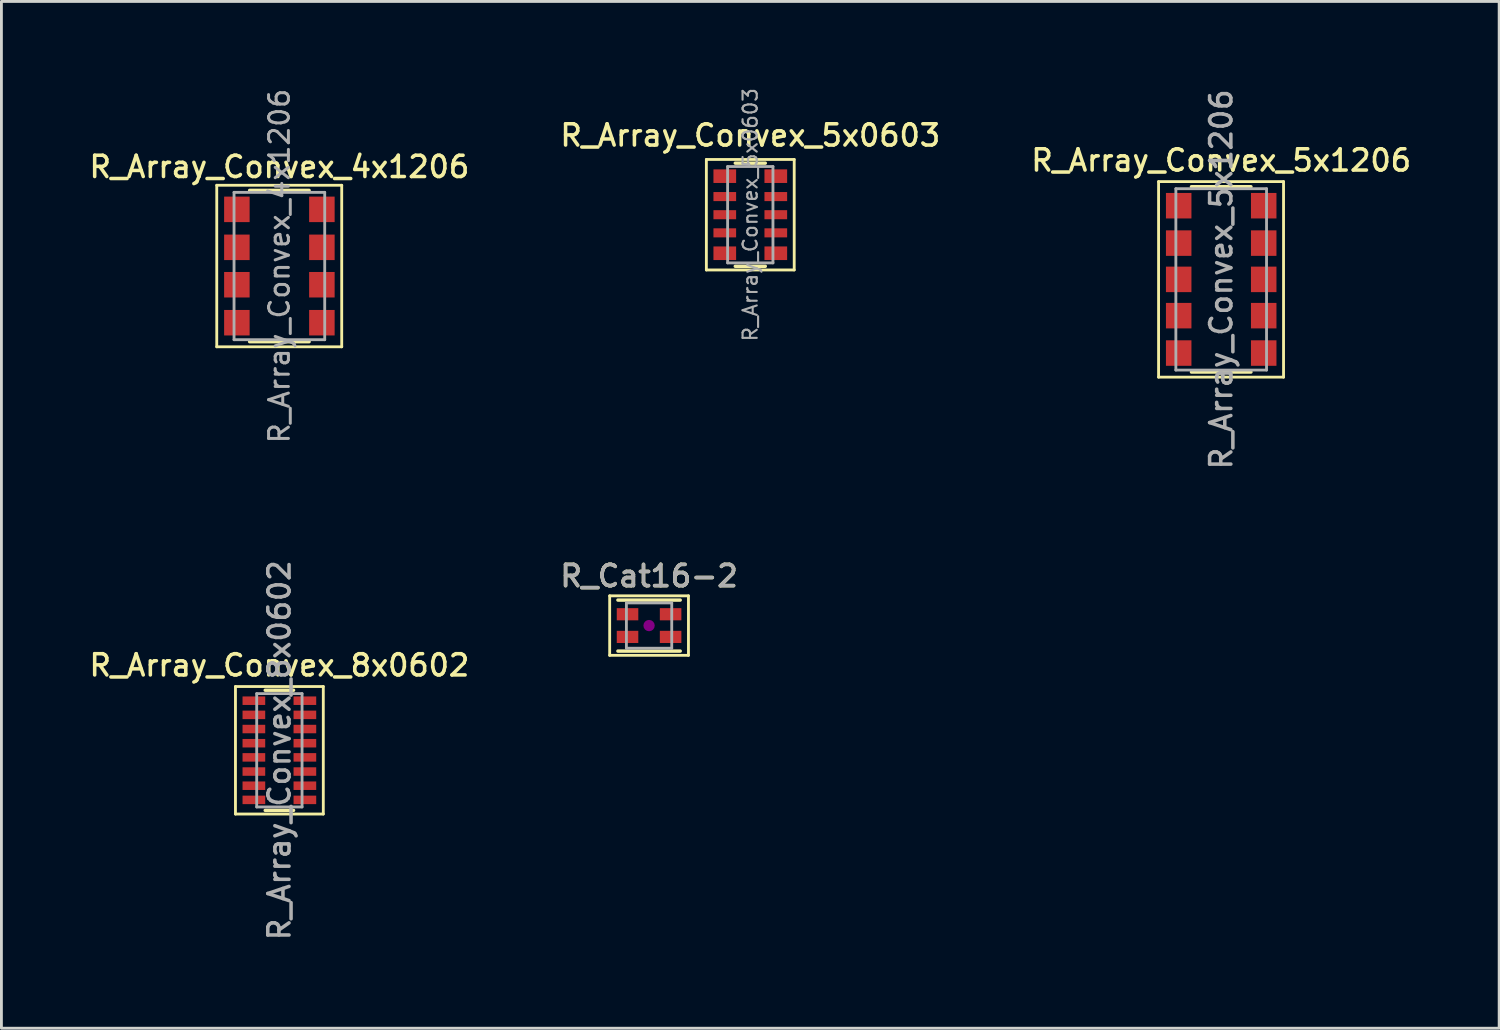
<source format=kicad_pcb>
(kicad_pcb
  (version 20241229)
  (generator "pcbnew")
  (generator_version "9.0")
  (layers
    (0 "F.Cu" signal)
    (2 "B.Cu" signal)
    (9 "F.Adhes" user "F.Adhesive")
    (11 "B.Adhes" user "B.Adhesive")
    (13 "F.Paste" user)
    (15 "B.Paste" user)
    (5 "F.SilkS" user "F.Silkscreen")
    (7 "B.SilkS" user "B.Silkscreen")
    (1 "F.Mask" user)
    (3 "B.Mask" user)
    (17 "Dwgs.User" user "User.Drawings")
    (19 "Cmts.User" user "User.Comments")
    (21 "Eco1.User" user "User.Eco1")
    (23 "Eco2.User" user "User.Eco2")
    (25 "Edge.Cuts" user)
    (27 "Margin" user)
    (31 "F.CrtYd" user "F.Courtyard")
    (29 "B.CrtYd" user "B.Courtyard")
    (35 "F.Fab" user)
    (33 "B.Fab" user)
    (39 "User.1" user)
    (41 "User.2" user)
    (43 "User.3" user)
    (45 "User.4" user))
  (footprint "R_Array_Convex_8x0602"
    (layer "F.Cu")
    (at 6.809 23.427)
    (property "Reference" "R_Array_Convex_8x0602" (at 0 -3 0) (layer "F.SilkS") (effects (font (size 0.75 0.75) (thickness 0.125))))
    (attr smd)
    (fp_line (start -1.55 -2.25) (end -1.55 2.25) (stroke (width 0.1) (type solid)) (layer "F.SilkS"))
    (fp_line (start -1.55 -2.25) (end 1.55 -2.25) (stroke (width 0.1) (type solid)) (layer "F.SilkS"))
    (fp_line (start 0.5 -2.12) (end -0.5 -2.12) (stroke (width 0.12) (type solid)) (layer "F.SilkS"))
    (fp_line (start 0.5 2.12) (end -0.5 2.12) (stroke (width 0.12) (type solid)) (layer "F.SilkS"))
    (fp_line (start 1.55 2.25) (end -1.55 2.25) (stroke (width 0.1) (type solid)) (layer "F.SilkS"))
    (fp_line (start 1.55 2.25) (end 1.55 -2.25) (stroke (width 0.1) (type solid)) (layer "F.SilkS"))
    (fp_line (start -0.8 -2) (end -0.8 2) (stroke (width 0.1) (type solid)) (layer "F.Fab"))
    (fp_line (start -0.8 2) (end 0.8 2) (stroke (width 0.1) (type solid)) (layer "F.Fab"))
    (fp_line (start 0.8 -2) (end -0.8 -2) (stroke (width 0.1) (type solid)) (layer "F.Fab"))
    (fp_line (start 0.8 2) (end 0.8 -2) (stroke (width 0.1) (type solid)) (layer "F.Fab"))
    (fp_text user "${REFERENCE}" (at 0 0 90) (layer "F.Fab") (effects (font (size 0.75 0.75) (thickness 0.125))))
    (pad "1" smd rect (at -0.9 -1.75) (size 0.8 0.3) (layers "F.Cu" "F.Mask" "F.Paste"))
    (pad "2" smd rect (at -0.9 -1.25) (size 0.8 0.3) (layers "F.Cu" "F.Mask" "F.Paste"))
    (pad "3" smd rect (at -0.9 -0.75) (size 0.8 0.3) (layers "F.Cu" "F.Mask" "F.Paste"))
    (pad "4" smd rect (at -0.9 -0.25) (size 0.8 0.3) (layers "F.Cu" "F.Mask" "F.Paste"))
    (pad "5" smd rect (at -0.9 0.25) (size 0.8 0.3) (layers "F.Cu" "F.Mask" "F.Paste"))
    (pad "6" smd rect (at -0.9 0.75) (size 0.8 0.3) (layers "F.Cu" "F.Mask" "F.Paste"))
    (pad "7" smd rect (at -0.9 1.25) (size 0.8 0.3) (layers "F.Cu" "F.Mask" "F.Paste"))
    (pad "8" smd rect (at -0.9 1.75) (size 0.8 0.3) (layers "F.Cu" "F.Mask" "F.Paste"))
    (pad "9" smd rect (at 0.9 1.75) (size 0.8 0.3) (layers "F.Cu" "F.Mask" "F.Paste"))
    (pad "10" smd rect (at 0.9 1.25) (size 0.8 0.3) (layers "F.Cu" "F.Mask" "F.Paste"))
    (pad "11" smd rect (at 0.9 0.75) (size 0.8 0.3) (layers "F.Cu" "F.Mask" "F.Paste"))
    (pad "12" smd rect (at 0.9 0.25) (size 0.8 0.3) (layers "F.Cu" "F.Mask" "F.Paste"))
    (pad "13" smd rect (at 0.9 -0.25) (size 0.8 0.3) (layers "F.Cu" "F.Mask" "F.Paste"))
    (pad "14" smd rect (at 0.9 -0.75) (size 0.8 0.3) (layers "F.Cu" "F.Mask" "F.Paste"))
    (pad "15" smd rect (at 0.9 -1.25) (size 0.8 0.3) (layers "F.Cu" "F.Mask" "F.Paste"))
    (pad "16" smd rect (at 0.9 -1.75) (size 0.8 0.3) (layers "F.Cu" "F.Mask" "F.Paste")))
  (footprint "R_Array_Convex_5x0603"
    (layer "F.Cu")
    (at 23.427 4.527)
    (property "Reference" "R_Array_Convex_5x0603" (at 0 -2.8 0) (layer "F.SilkS") (effects (font (size 0.75 0.75) (thickness 0.125))))
    (attr smd)
    (fp_line (start -1.55 -1.95) (end -1.55 1.95) (stroke (width 0.1) (type solid)) (layer "F.SilkS"))
    (fp_line (start -1.55 -1.95) (end 1.55 -1.95) (stroke (width 0.1) (type solid)) (layer "F.SilkS"))
    (fp_line (start 0.53 -1.82) (end -0.53 -1.82) (stroke (width 0.12) (type solid)) (layer "F.SilkS"))
    (fp_line (start 0.53 1.82) (end -0.53 1.82) (stroke (width 0.12) (type solid)) (layer "F.SilkS"))
    (fp_line (start 1.55 1.95) (end -1.55 1.95) (stroke (width 0.1) (type solid)) (layer "F.SilkS"))
    (fp_line (start 1.55 1.95) (end 1.55 -1.95) (stroke (width 0.1) (type solid)) (layer "F.SilkS"))
    (fp_line (start -0.8 -1.7) (end -0.8 1.7) (stroke (width 0.1) (type solid)) (layer "F.Fab"))
    (fp_line (start -0.8 1.7) (end 0.8 1.7) (stroke (width 0.1) (type solid)) (layer "F.Fab"))
    (fp_line (start 0.8 -1.7) (end -0.8 -1.7) (stroke (width 0.1) (type solid)) (layer "F.Fab"))
    (fp_line (start 0.8 1.7) (end 0.8 -1.7) (stroke (width 0.1) (type solid)) (layer "F.Fab"))
    (fp_text user "${REFERENCE}" (at 0 0 90) (layer "F.Fab") (effects (font (size 0.5 0.5) (thickness 0.075))))
    (pad "1" smd rect (at -0.9 -1.36) (size 0.8 0.48) (layers "F.Cu" "F.Mask" "F.Paste"))
    (pad "2" smd rect (at -0.9 -0.64) (size 0.8 0.32) (layers "F.Cu" "F.Mask" "F.Paste"))
    (pad "3" smd rect (at -0.9 0) (size 0.8 0.32) (layers "F.Cu" "F.Mask" "F.Paste"))
    (pad "4" smd rect (at -0.9 0.64) (size 0.8 0.32) (layers "F.Cu" "F.Mask" "F.Paste"))
    (pad "5" smd rect (at -0.9 1.36) (size 0.8 0.48) (layers "F.Cu" "F.Mask" "F.Paste"))
    (pad "6" smd rect (at 0.9 1.36) (size 0.8 0.48) (layers "F.Cu" "F.Mask" "F.Paste"))
    (pad "7" smd rect (at 0.9 0.64) (size 0.8 0.32) (layers "F.Cu" "F.Mask" "F.Paste"))
    (pad "8" smd rect (at 0.9 0) (size 0.8 0.32) (layers "F.Cu" "F.Mask" "F.Paste"))
    (pad "9" smd rect (at 0.9 -0.64) (size 0.8 0.32) (layers "F.Cu" "F.Mask" "F.Paste"))
    (pad "10" smd rect (at 0.9 -1.36) (size 0.8 0.48) (layers "F.Cu" "F.Mask" "F.Paste")))
  (footprint "R_Array_Convex_5x1206"
    (layer "F.Cu")
    (at 40.045 6.809)
    (property "Reference" "R_Array_Convex_5x1206" (at 0 -4.2 0) (layer "F.SilkS") (effects (font (size 0.75 0.75) (thickness 0.125))))
    (attr smd)
    (fp_line (start -2.21 -3.45) (end -2.21 3.45) (stroke (width 0.1) (type solid)) (layer "F.SilkS"))
    (fp_line (start -2.21 -3.45) (end 2.2 -3.45) (stroke (width 0.1) (type solid)) (layer "F.SilkS"))
    (fp_line (start 1.05 -3.27) (end -1.05 -3.27) (stroke (width 0.12) (type solid)) (layer "F.SilkS"))
    (fp_line (start 1.05 3.27) (end -1.05 3.27) (stroke (width 0.12) (type solid)) (layer "F.SilkS"))
    (fp_line (start 2.2 3.45) (end -2.21 3.45) (stroke (width 0.1) (type solid)) (layer "F.SilkS"))
    (fp_line (start 2.2 3.45) (end 2.2 -3.45) (stroke (width 0.1) (type solid)) (layer "F.SilkS"))
    (fp_line (start -1.6 -3.2) (end 1.6 -3.2) (stroke (width 0.1) (type solid)) (layer "F.Fab"))
    (fp_line (start -1.6 3.2) (end -1.6 -3.2) (stroke (width 0.1) (type solid)) (layer "F.Fab"))
    (fp_line (start 1.6 -3.2) (end 1.6 3.2) (stroke (width 0.1) (type solid)) (layer "F.Fab"))
    (fp_line (start 1.6 3.2) (end -1.6 3.2) (stroke (width 0.1) (type solid)) (layer "F.Fab"))
    (fp_text user "${REFERENCE}" (at 0 0 90) (layer "F.Fab") (effects (font (size 0.75 0.75) (thickness 0.125))))
    (pad "1" smd rect (at -1.5 -2.6) (size 0.9 0.9) (layers "F.Cu" "F.Mask" "F.Paste"))
    (pad "2" smd rect (at -1.5 -1.28) (size 0.9 0.9) (layers "F.Cu" "F.Mask" "F.Paste"))
    (pad "3" smd rect (at -1.5 0) (size 0.9 0.9) (layers "F.Cu" "F.Mask" "F.Paste"))
    (pad "4" smd rect (at -1.5 1.28) (size 0.9 0.9) (layers "F.Cu" "F.Mask" "F.Paste"))
    (pad "5" smd rect (at -1.5 2.6) (size 0.9 0.9) (layers "F.Cu" "F.Mask" "F.Paste"))
    (pad "6" smd rect (at 1.5 2.6) (size 0.9 0.9) (layers "F.Cu" "F.Mask" "F.Paste"))
    (pad "7" smd rect (at 1.5 1.28) (size 0.9 0.9) (layers "F.Cu" "F.Mask" "F.Paste"))
    (pad "8" smd rect (at 1.5 0) (size 0.9 0.9) (layers "F.Cu" "F.Mask" "F.Paste"))
    (pad "9" smd rect (at 1.5 -1.28) (size 0.9 0.9) (layers "F.Cu" "F.Mask" "F.Paste"))
    (pad "10" smd rect (at 1.5 -2.6) (size 0.9 0.9) (layers "F.Cu" "F.Mask" "F.Paste")))
  (footprint "R_Cat16-2"
    (layer "F.Cu")
    (at 19.855 19.026)
    (property "Reference" "R_Cat16-2" (at 0 -1.75 0) (layer "F.SilkS") (effects (font (size 0.75 0.75) (thickness 0.125))))
    (attr smd)
    (fp_line (start -1.39 -1.05) (end -1.39 1.05) (stroke (width 0.1) (type solid)) (layer "F.SilkS"))
    (fp_line (start -1.39 -1.05) (end 1.39 -1.05) (stroke (width 0.1) (type solid)) (layer "F.SilkS"))
    (fp_line (start 1.1 -0.9) (end -1.1 -0.9) (stroke (width 0.12) (type solid)) (layer "F.SilkS"))
    (fp_line (start 1.1 0.9) (end -1.1 0.9) (stroke (width 0.12) (type solid)) (layer "F.SilkS"))
    (fp_line (start 1.39 1.05) (end -1.39 1.05) (stroke (width 0.1) (type solid)) (layer "F.SilkS"))
    (fp_line (start 1.39 1.05) (end 1.39 -1.05) (stroke (width 0.1) (type solid)) (layer "F.SilkS"))
    (fp_circle (center 0 0) (end -0.1 0) (stroke (width 0.2) (type solid)) (fill no) (layer "F.Adhes"))
    (fp_line (start -0.8 -0.8) (end 0.8 -0.8) (stroke (width 0.1) (type solid)) (layer "F.Fab"))
    (fp_line (start -0.8 0.8) (end -0.8 -0.8) (stroke (width 0.1) (type solid)) (layer "F.Fab"))
    (fp_line (start 0.8 -0.8) (end 0.8 0.8) (stroke (width 0.1) (type solid)) (layer "F.Fab"))
    (fp_line (start 0.8 0.8) (end -0.8 0.8) (stroke (width 0.1) (type solid)) (layer "F.Fab"))
    (fp_text user "${REFERENCE}" (at 0 -1.75 0) (layer "F.Fab") (effects (font (size 0.75 0.75) (thickness 0.125))))
    (pad "1" smd rect (at -0.76 -0.4 180) (size 0.76 0.43) (layers "F.Cu" "F.Mask" "F.Paste"))
    (pad "2" smd rect (at -0.76 0.4 180) (size 0.76 0.43) (layers "F.Cu" "F.Mask" "F.Paste"))
    (pad "3" smd rect (at 0.76 0.4 180) (size 0.76 0.43) (layers "F.Cu" "F.Mask" "F.Paste"))
    (pad "4" smd rect (at 0.76 -0.4 180) (size 0.76 0.43) (layers "F.Cu" "F.Mask" "F.Paste")))
  (footprint "R_Array_Convex_4x1206"
    (layer "F.Cu")
    (at 6.809 6.338)
    (property "Reference" "R_Array_Convex_4x1206" (at 0 -3.5 0) (layer "F.SilkS") (effects (font (size 0.75 0.75) (thickness 0.125))))
    (attr smd)
    (fp_line (start -2.21 -2.85) (end -2.21 2.85) (stroke (width 0.1) (type solid)) (layer "F.SilkS"))
    (fp_line (start -2.21 -2.85) (end 2.2 -2.85) (stroke (width 0.1) (type solid)) (layer "F.SilkS"))
    (fp_line (start 1.05 -2.67) (end -1.05 -2.67) (stroke (width 0.12) (type solid)) (layer "F.SilkS"))
    (fp_line (start 1.05 2.67) (end -1.05 2.67) (stroke (width 0.12) (type solid)) (layer "F.SilkS"))
    (fp_line (start 2.2 2.85) (end -2.21 2.85) (stroke (width 0.1) (type solid)) (layer "F.SilkS"))
    (fp_line (start 2.2 2.85) (end 2.2 -2.85) (stroke (width 0.1) (type solid)) (layer "F.SilkS"))
    (fp_line (start -1.6 -2.6) (end -1.6 2.6) (stroke (width 0.1) (type solid)) (layer "F.Fab"))
    (fp_line (start -1.6 2.6) (end 1.6 2.6) (stroke (width 0.1) (type solid)) (layer "F.Fab"))
    (fp_line (start 1.6 -2.6) (end -1.6 -2.6) (stroke (width 0.1) (type solid)) (layer "F.Fab"))
    (fp_line (start 1.6 2.6) (end 1.6 -2.6) (stroke (width 0.1) (type solid)) (layer "F.Fab"))
    (fp_text user "${REFERENCE}" (at 0 0 90) (layer "F.Fab") (effects (font (size 0.7 0.7) (thickness 0.105))))
    (pad "1" smd rect (at -1.5 -2) (size 0.9 0.9) (layers "F.Cu" "F.Mask" "F.Paste"))
    (pad "2" smd rect (at -1.5 -0.66) (size 0.9 0.9) (layers "F.Cu" "F.Mask" "F.Paste"))
    (pad "3" smd rect (at -1.5 0.66) (size 0.9 0.9) (layers "F.Cu" "F.Mask" "F.Paste"))
    (pad "4" smd rect (at -1.5 2) (size 0.9 0.9) (layers "F.Cu" "F.Mask" "F.Paste"))
    (pad "5" smd rect (at 1.5 2) (size 0.9 0.9) (layers "F.Cu" "F.Mask" "F.Paste"))
    (pad "6" smd rect (at 1.5 0.66) (size 0.9 0.9) (layers "F.Cu" "F.Mask" "F.Paste"))
    (pad "7" smd rect (at 1.5 -0.66) (size 0.9 0.9) (layers "F.Cu" "F.Mask" "F.Paste"))
    (pad "8" smd rect (at 1.5 -2) (size 0.9 0.9) (layers "F.Cu" "F.Mask" "F.Paste")))
  (gr_rect
    (start -3 -3)
    (end 49.854 33.236)
    (stroke (width 0.1) (type default))
    (fill no)
    (layer "Edge.Cuts")))
</source>
